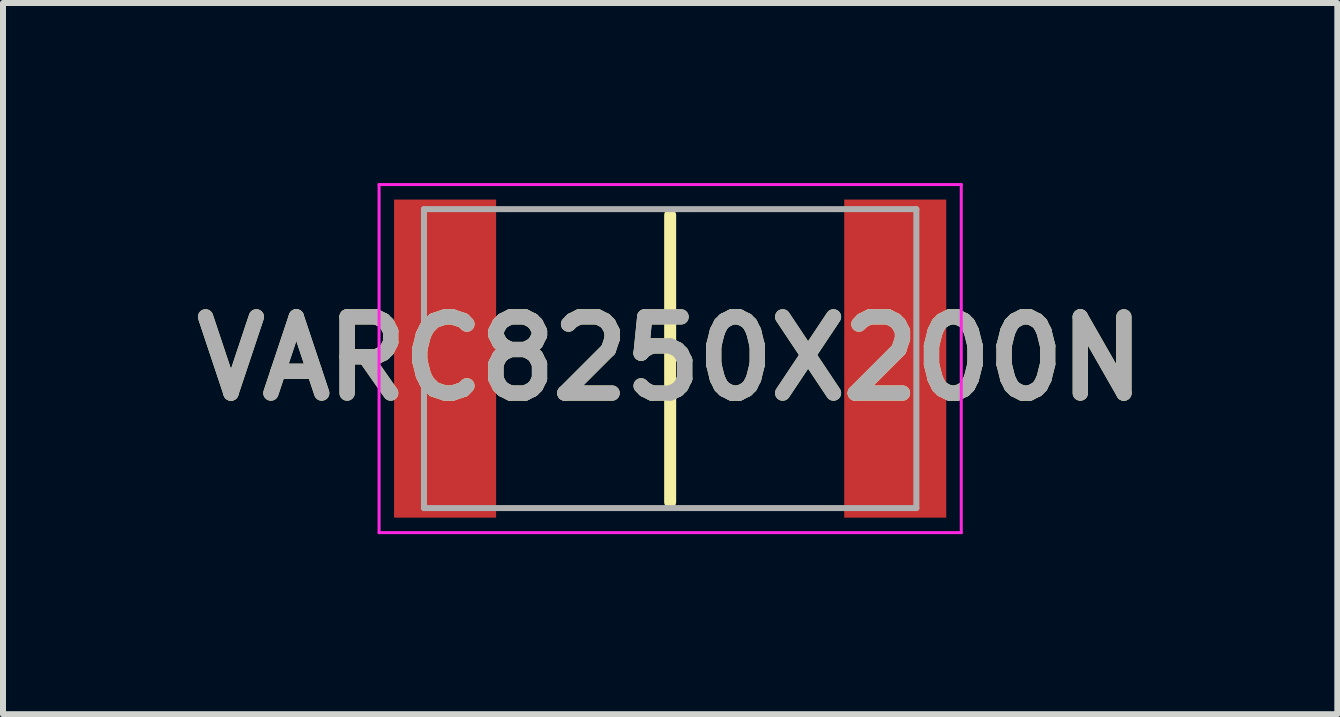
<source format=kicad_pcb>
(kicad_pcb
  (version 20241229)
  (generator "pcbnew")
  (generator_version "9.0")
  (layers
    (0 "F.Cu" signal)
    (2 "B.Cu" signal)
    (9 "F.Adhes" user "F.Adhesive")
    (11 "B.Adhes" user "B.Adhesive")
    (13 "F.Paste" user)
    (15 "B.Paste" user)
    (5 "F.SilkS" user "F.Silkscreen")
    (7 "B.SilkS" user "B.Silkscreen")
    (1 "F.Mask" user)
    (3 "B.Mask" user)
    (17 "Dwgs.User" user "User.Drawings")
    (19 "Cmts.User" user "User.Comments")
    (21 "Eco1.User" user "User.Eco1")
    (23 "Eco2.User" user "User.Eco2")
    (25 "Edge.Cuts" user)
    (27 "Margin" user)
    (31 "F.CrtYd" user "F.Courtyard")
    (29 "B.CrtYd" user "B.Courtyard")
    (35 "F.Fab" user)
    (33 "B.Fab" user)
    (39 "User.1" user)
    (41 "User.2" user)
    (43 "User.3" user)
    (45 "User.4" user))
  (footprint "VARC8250X200N"
    (layer "F.Cu")
    (at 8.116 2.925)
    (property "Reference" "VARC8250X200N" (at 0 0 0) (layer "F.SilkS") (effects (font (size 1.27 1.27) (thickness 0.254))))
    (attr smd)
    (fp_line (start 0 -2.39) (end 0 2.39) (stroke (width 0.2) (type solid)) (layer "F.SilkS"))
    (fp_line (start -4.85 -2.9) (end 4.85 -2.9) (stroke (width 0.05) (type solid)) (layer "F.CrtYd"))
    (fp_line (start -4.85 2.9) (end -4.85 -2.9) (stroke (width 0.05) (type solid)) (layer "F.CrtYd"))
    (fp_line (start 4.85 -2.9) (end 4.85 2.9) (stroke (width 0.05) (type solid)) (layer "F.CrtYd"))
    (fp_line (start 4.85 2.9) (end -4.85 2.9) (stroke (width 0.05) (type solid)) (layer "F.CrtYd"))
    (fp_line (start -4.102 -2.49) (end 4.102 -2.49) (stroke (width 0.1) (type solid)) (layer "F.Fab"))
    (fp_line (start -4.102 2.49) (end -4.102 -2.49) (stroke (width 0.1) (type solid)) (layer "F.Fab"))
    (fp_line (start 4.102 -2.49) (end 4.102 2.49) (stroke (width 0.1) (type solid)) (layer "F.Fab"))
    (fp_line (start 4.102 2.49) (end -4.102 2.49) (stroke (width 0.1) (type solid)) (layer "F.Fab"))
    (fp_text user "${REFERENCE}" (at 0 0 0) (layer "F.Fab") (effects (font (size 1.27 1.27) (thickness 0.254))))
    (pad "1" smd rect (at -3.75 0) (size 1.7 5.3) (layers "F.Cu" "F.Mask" "F.Paste"))
    (pad "2" smd rect (at 3.75 0) (size 1.7 5.3) (layers "F.Cu" "F.Mask" "F.Paste")))
  (gr_rect
    (start -3 -3)
    (end 19.232 8.85)
    (stroke (width 0.1) (type default))
    (fill no)
    (layer "Edge.Cuts")))
</source>
